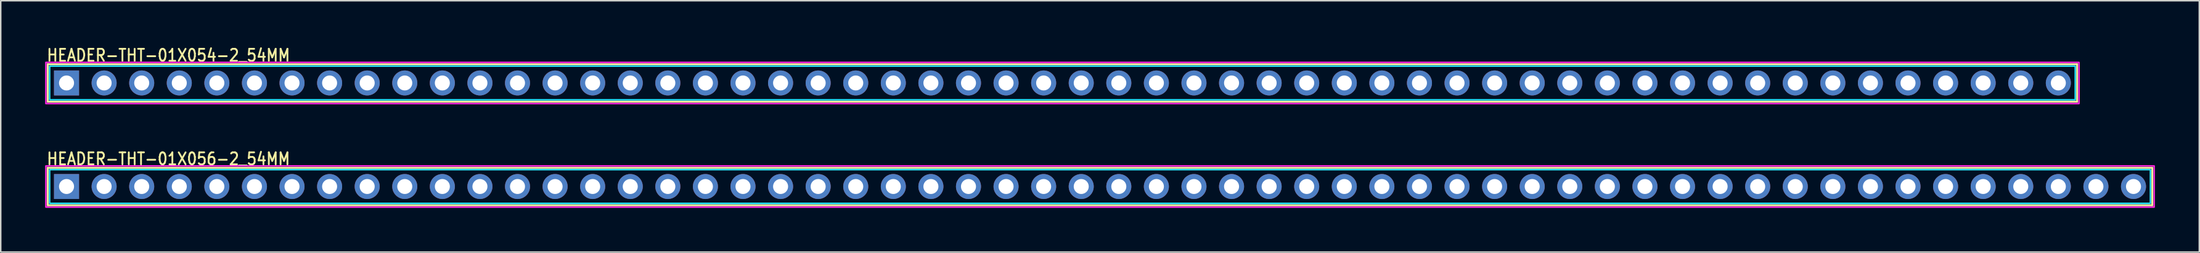
<source format=kicad_pcb>
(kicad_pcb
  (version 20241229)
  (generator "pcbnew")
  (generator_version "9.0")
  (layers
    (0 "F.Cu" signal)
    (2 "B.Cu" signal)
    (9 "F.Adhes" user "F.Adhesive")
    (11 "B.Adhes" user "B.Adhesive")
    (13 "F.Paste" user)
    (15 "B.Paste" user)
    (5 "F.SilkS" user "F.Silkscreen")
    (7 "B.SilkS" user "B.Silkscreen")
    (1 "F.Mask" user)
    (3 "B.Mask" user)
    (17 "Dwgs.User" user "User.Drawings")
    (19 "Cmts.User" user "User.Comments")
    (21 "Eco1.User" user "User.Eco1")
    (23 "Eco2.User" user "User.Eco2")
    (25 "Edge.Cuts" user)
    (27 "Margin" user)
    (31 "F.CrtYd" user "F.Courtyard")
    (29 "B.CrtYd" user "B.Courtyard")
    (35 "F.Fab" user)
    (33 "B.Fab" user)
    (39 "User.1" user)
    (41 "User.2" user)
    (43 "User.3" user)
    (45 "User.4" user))
  (footprint "HEADER-THT-01X056-2_54MM"
    (layer "F.Cu")
    (at 1.447 9.604)
    (property "Reference" "HEADER-THT-01X056-2_54MM" (at -1.4 -1.4 0) (unlocked yes) (layer "F.SilkS") (effects (font (size 0.813 0.695) (thickness 0.122)) (justify left bottom)))
    (fp_line (start -1.27 -1.27) (end -1.27 1.27) (stroke (width 0.127) (type solid)) (layer "F.SilkS"))
    (fp_line (start -1.27 1.27) (end 140.97 1.27) (stroke (width 0.127) (type solid)) (layer "F.SilkS"))
    (fp_line (start 140.97 -1.27) (end -1.27 -1.27) (stroke (width 0.127) (type solid)) (layer "F.SilkS"))
    (fp_line (start 140.97 1.27) (end 140.97 -1.27) (stroke (width 0.127) (type solid)) (layer "F.SilkS"))
    (fp_poly (pts (xy -1.143 -1.143) (xy 140.843 -1.143) (xy 140.843 1.143) (xy -1.143 1.143)) (stroke (width 0.1) (type solid)) (fill no) (layer "B.CrtYd"))
    (fp_poly (pts (xy -1.397 -1.397) (xy 141.097 -1.397) (xy 141.097 1.397) (xy -1.397 1.397)) (stroke (width 0.1) (type solid)) (fill no) (layer "F.CrtYd"))
    (pad "P$1" thru_hole rect (at 0 0) (size 1.693 1.693) (drill 1.016) (layers "*.Cu" "*.Mask"))
    (pad "P$2" thru_hole oval (at 2.54 0) (size 1.693 1.693) (drill 1.016) (layers "*.Cu" "*.Mask"))
    (pad "P$3" thru_hole oval (at 5.08 0) (size 1.693 1.693) (drill 1.016) (layers "*.Cu" "*.Mask"))
    (pad "P$4" thru_hole oval (at 7.62 0) (size 1.693 1.693) (drill 1.016) (layers "*.Cu" "*.Mask"))
    (pad "P$5" thru_hole oval (at 10.16 0) (size 1.693 1.693) (drill 1.016) (layers "*.Cu" "*.Mask"))
    (pad "P$6" thru_hole oval (at 12.7 0) (size 1.693 1.693) (drill 1.016) (layers "*.Cu" "*.Mask"))
    (pad "P$7" thru_hole oval (at 15.24 0) (size 1.693 1.693) (drill 1.016) (layers "*.Cu" "*.Mask"))
    (pad "P$8" thru_hole oval (at 17.78 0) (size 1.693 1.693) (drill 1.016) (layers "*.Cu" "*.Mask"))
    (pad "P$9" thru_hole oval (at 20.32 0) (size 1.693 1.693) (drill 1.016) (layers "*.Cu" "*.Mask"))
    (pad "P$10" thru_hole oval (at 22.86 0) (size 1.693 1.693) (drill 1.016) (layers "*.Cu" "*.Mask"))
    (pad "P$11" thru_hole oval (at 25.4 0) (size 1.693 1.693) (drill 1.016) (layers "*.Cu" "*.Mask"))
    (pad "P$12" thru_hole oval (at 27.94 0) (size 1.693 1.693) (drill 1.016) (layers "*.Cu" "*.Mask"))
    (pad "P$13" thru_hole oval (at 30.48 0) (size 1.693 1.693) (drill 1.016) (layers "*.Cu" "*.Mask"))
    (pad "P$14" thru_hole oval (at 33.02 0) (size 1.693 1.693) (drill 1.016) (layers "*.Cu" "*.Mask"))
    (pad "P$15" thru_hole oval (at 35.56 0) (size 1.693 1.693) (drill 1.016) (layers "*.Cu" "*.Mask"))
    (pad "P$16" thru_hole oval (at 38.1 0) (size 1.693 1.693) (drill 1.016) (layers "*.Cu" "*.Mask"))
    (pad "P$17" thru_hole oval (at 40.64 0) (size 1.693 1.693) (drill 1.016) (layers "*.Cu" "*.Mask"))
    (pad "P$18" thru_hole oval (at 43.18 0) (size 1.693 1.693) (drill 1.016) (layers "*.Cu" "*.Mask"))
    (pad "P$19" thru_hole oval (at 45.72 0) (size 1.693 1.693) (drill 1.016) (layers "*.Cu" "*.Mask"))
    (pad "P$20" thru_hole oval (at 48.26 0) (size 1.693 1.693) (drill 1.016) (layers "*.Cu" "*.Mask"))
    (pad "P$21" thru_hole oval (at 50.8 0) (size 1.693 1.693) (drill 1.016) (layers "*.Cu" "*.Mask"))
    (pad "P$22" thru_hole oval (at 53.34 0) (size 1.693 1.693) (drill 1.016) (layers "*.Cu" "*.Mask"))
    (pad "P$23" thru_hole oval (at 55.88 0) (size 1.693 1.693) (drill 1.016) (layers "*.Cu" "*.Mask"))
    (pad "P$24" thru_hole oval (at 58.42 0) (size 1.693 1.693) (drill 1.016) (layers "*.Cu" "*.Mask"))
    (pad "P$25" thru_hole oval (at 60.96 0) (size 1.693 1.693) (drill 1.016) (layers "*.Cu" "*.Mask"))
    (pad "P$26" thru_hole oval (at 63.5 0) (size 1.693 1.693) (drill 1.016) (layers "*.Cu" "*.Mask"))
    (pad "P$27" thru_hole oval (at 66.04 0) (size 1.693 1.693) (drill 1.016) (layers "*.Cu" "*.Mask"))
    (pad "P$28" thru_hole oval (at 68.58 0) (size 1.693 1.693) (drill 1.016) (layers "*.Cu" "*.Mask"))
    (pad "P$29" thru_hole oval (at 71.12 0) (size 1.693 1.693) (drill 1.016) (layers "*.Cu" "*.Mask"))
    (pad "P$30" thru_hole oval (at 73.66 0) (size 1.693 1.693) (drill 1.016) (layers "*.Cu" "*.Mask"))
    (pad "P$31" thru_hole oval (at 76.2 0) (size 1.693 1.693) (drill 1.016) (layers "*.Cu" "*.Mask"))
    (pad "P$32" thru_hole oval (at 78.74 0) (size 1.693 1.693) (drill 1.016) (layers "*.Cu" "*.Mask"))
    (pad "P$33" thru_hole oval (at 81.28 0) (size 1.693 1.693) (drill 1.016) (layers "*.Cu" "*.Mask"))
    (pad "P$34" thru_hole oval (at 83.82 0) (size 1.693 1.693) (drill 1.016) (layers "*.Cu" "*.Mask"))
    (pad "P$35" thru_hole oval (at 86.36 0) (size 1.693 1.693) (drill 1.016) (layers "*.Cu" "*.Mask"))
    (pad "P$36" thru_hole oval (at 88.9 0) (size 1.693 1.693) (drill 1.016) (layers "*.Cu" "*.Mask"))
    (pad "P$37" thru_hole oval (at 91.44 0) (size 1.693 1.693) (drill 1.016) (layers "*.Cu" "*.Mask"))
    (pad "P$38" thru_hole oval (at 93.98 0) (size 1.693 1.693) (drill 1.016) (layers "*.Cu" "*.Mask"))
    (pad "P$39" thru_hole oval (at 96.52 0) (size 1.693 1.693) (drill 1.016) (layers "*.Cu" "*.Mask"))
    (pad "P$40" thru_hole oval (at 99.06 0) (size 1.693 1.693) (drill 1.016) (layers "*.Cu" "*.Mask"))
    (pad "P$41" thru_hole oval (at 101.6 0) (size 1.693 1.693) (drill 1.016) (layers "*.Cu" "*.Mask"))
    (pad "P$42" thru_hole oval (at 104.14 0) (size 1.693 1.693) (drill 1.016) (layers "*.Cu" "*.Mask"))
    (pad "P$43" thru_hole oval (at 106.68 0) (size 1.693 1.693) (drill 1.016) (layers "*.Cu" "*.Mask"))
    (pad "P$44" thru_hole oval (at 109.22 0) (size 1.693 1.693) (drill 1.016) (layers "*.Cu" "*.Mask"))
    (pad "P$45" thru_hole oval (at 111.76 0) (size 1.693 1.693) (drill 1.016) (layers "*.Cu" "*.Mask"))
    (pad "P$46" thru_hole oval (at 114.3 0) (size 1.693 1.693) (drill 1.016) (layers "*.Cu" "*.Mask"))
    (pad "P$47" thru_hole oval (at 116.84 0) (size 1.693 1.693) (drill 1.016) (layers "*.Cu" "*.Mask"))
    (pad "P$48" thru_hole oval (at 119.38 0) (size 1.693 1.693) (drill 1.016) (layers "*.Cu" "*.Mask"))
    (pad "P$49" thru_hole oval (at 121.92 0) (size 1.693 1.693) (drill 1.016) (layers "*.Cu" "*.Mask"))
    (pad "P$50" thru_hole oval (at 124.46 0) (size 1.693 1.693) (drill 1.016) (layers "*.Cu" "*.Mask"))
    (pad "P$51" thru_hole oval (at 127 0) (size 1.693 1.693) (drill 1.016) (layers "*.Cu" "*.Mask"))
    (pad "P$52" thru_hole oval (at 129.54 0) (size 1.693 1.693) (drill 1.016) (layers "*.Cu" "*.Mask"))
    (pad "P$53" thru_hole oval (at 132.08 0) (size 1.693 1.693) (drill 1.016) (layers "*.Cu" "*.Mask"))
    (pad "P$54" thru_hole oval (at 134.62 0) (size 1.693 1.693) (drill 1.016) (layers "*.Cu" "*.Mask"))
    (pad "P$55" thru_hole oval (at 137.16 0) (size 1.693 1.693) (drill 1.016) (layers "*.Cu" "*.Mask"))
    (pad "P$56" thru_hole oval (at 139.7 0) (size 1.693 1.693) (drill 1.016) (layers "*.Cu" "*.Mask")))
  (footprint "HEADER-THT-01X054-2_54MM"
    (layer "F.Cu")
    (at 1.447 2.579)
    (property "Reference" "HEADER-THT-01X054-2_54MM" (at -1.4 -1.4 0) (unlocked yes) (layer "F.SilkS") (effects (font (size 0.813 0.695) (thickness 0.122)) (justify left bottom)))
    (fp_line (start -1.27 -1.27) (end -1.27 1.27) (stroke (width 0.127) (type solid)) (layer "F.SilkS"))
    (fp_line (start -1.27 1.27) (end 135.89 1.27) (stroke (width 0.127) (type solid)) (layer "F.SilkS"))
    (fp_line (start 135.89 -1.27) (end -1.27 -1.27) (stroke (width 0.127) (type solid)) (layer "F.SilkS"))
    (fp_line (start 135.89 1.27) (end 135.89 -1.27) (stroke (width 0.127) (type solid)) (layer "F.SilkS"))
    (fp_poly (pts (xy -1.143 -1.143) (xy 135.763 -1.143) (xy 135.763 1.143) (xy -1.143 1.143)) (stroke (width 0.1) (type solid)) (fill no) (layer "B.CrtYd"))
    (fp_poly (pts (xy -1.397 -1.397) (xy 136.017 -1.397) (xy 136.017 1.397) (xy -1.397 1.397)) (stroke (width 0.1) (type solid)) (fill no) (layer "F.CrtYd"))
    (pad "1" thru_hole rect (at 0 0) (size 1.693 1.693) (drill 1.016) (layers "*.Cu" "*.Mask"))
    (pad "2" thru_hole oval (at 2.54 0) (size 1.693 1.693) (drill 1.016) (layers "*.Cu" "*.Mask"))
    (pad "3" thru_hole oval (at 5.08 0) (size 1.693 1.693) (drill 1.016) (layers "*.Cu" "*.Mask"))
    (pad "4" thru_hole oval (at 7.62 0) (size 1.693 1.693) (drill 1.016) (layers "*.Cu" "*.Mask"))
    (pad "5" thru_hole oval (at 10.16 0) (size 1.693 1.693) (drill 1.016) (layers "*.Cu" "*.Mask"))
    (pad "6" thru_hole oval (at 12.7 0) (size 1.693 1.693) (drill 1.016) (layers "*.Cu" "*.Mask"))
    (pad "7" thru_hole oval (at 15.24 0) (size 1.693 1.693) (drill 1.016) (layers "*.Cu" "*.Mask"))
    (pad "8" thru_hole oval (at 17.78 0) (size 1.693 1.693) (drill 1.016) (layers "*.Cu" "*.Mask"))
    (pad "9" thru_hole oval (at 20.32 0) (size 1.693 1.693) (drill 1.016) (layers "*.Cu" "*.Mask"))
    (pad "10" thru_hole oval (at 22.86 0) (size 1.693 1.693) (drill 1.016) (layers "*.Cu" "*.Mask"))
    (pad "11" thru_hole oval (at 25.4 0) (size 1.693 1.693) (drill 1.016) (layers "*.Cu" "*.Mask"))
    (pad "12" thru_hole oval (at 27.94 0) (size 1.693 1.693) (drill 1.016) (layers "*.Cu" "*.Mask"))
    (pad "13" thru_hole oval (at 30.48 0) (size 1.693 1.693) (drill 1.016) (layers "*.Cu" "*.Mask"))
    (pad "14" thru_hole oval (at 33.02 0) (size 1.693 1.693) (drill 1.016) (layers "*.Cu" "*.Mask"))
    (pad "15" thru_hole oval (at 35.56 0) (size 1.693 1.693) (drill 1.016) (layers "*.Cu" "*.Mask"))
    (pad "16" thru_hole oval (at 38.1 0) (size 1.693 1.693) (drill 1.016) (layers "*.Cu" "*.Mask"))
    (pad "17" thru_hole oval (at 40.64 0) (size 1.693 1.693) (drill 1.016) (layers "*.Cu" "*.Mask"))
    (pad "18" thru_hole oval (at 43.18 0) (size 1.693 1.693) (drill 1.016) (layers "*.Cu" "*.Mask"))
    (pad "19" thru_hole oval (at 45.72 0) (size 1.693 1.693) (drill 1.016) (layers "*.Cu" "*.Mask"))
    (pad "20" thru_hole oval (at 48.26 0) (size 1.693 1.693) (drill 1.016) (layers "*.Cu" "*.Mask"))
    (pad "21" thru_hole oval (at 50.8 0) (size 1.693 1.693) (drill 1.016) (layers "*.Cu" "*.Mask"))
    (pad "22" thru_hole oval (at 53.34 0) (size 1.693 1.693) (drill 1.016) (layers "*.Cu" "*.Mask"))
    (pad "23" thru_hole oval (at 55.88 0) (size 1.693 1.693) (drill 1.016) (layers "*.Cu" "*.Mask"))
    (pad "24" thru_hole oval (at 58.42 0) (size 1.693 1.693) (drill 1.016) (layers "*.Cu" "*.Mask"))
    (pad "25" thru_hole oval (at 60.96 0) (size 1.693 1.693) (drill 1.016) (layers "*.Cu" "*.Mask"))
    (pad "26" thru_hole oval (at 63.5 0) (size 1.693 1.693) (drill 1.016) (layers "*.Cu" "*.Mask"))
    (pad "27" thru_hole oval (at 66.04 0) (size 1.693 1.693) (drill 1.016) (layers "*.Cu" "*.Mask"))
    (pad "28" thru_hole oval (at 68.58 0) (size 1.693 1.693) (drill 1.016) (layers "*.Cu" "*.Mask"))
    (pad "29" thru_hole oval (at 71.12 0) (size 1.693 1.693) (drill 1.016) (layers "*.Cu" "*.Mask"))
    (pad "30" thru_hole oval (at 73.66 0) (size 1.693 1.693) (drill 1.016) (layers "*.Cu" "*.Mask"))
    (pad "31" thru_hole oval (at 76.2 0) (size 1.693 1.693) (drill 1.016) (layers "*.Cu" "*.Mask"))
    (pad "32" thru_hole oval (at 78.74 0) (size 1.693 1.693) (drill 1.016) (layers "*.Cu" "*.Mask"))
    (pad "33" thru_hole oval (at 81.28 0) (size 1.693 1.693) (drill 1.016) (layers "*.Cu" "*.Mask"))
    (pad "34" thru_hole oval (at 83.82 0) (size 1.693 1.693) (drill 1.016) (layers "*.Cu" "*.Mask"))
    (pad "35" thru_hole oval (at 86.36 0) (size 1.693 1.693) (drill 1.016) (layers "*.Cu" "*.Mask"))
    (pad "36" thru_hole oval (at 88.9 0) (size 1.693 1.693) (drill 1.016) (layers "*.Cu" "*.Mask"))
    (pad "37" thru_hole oval (at 91.44 0) (size 1.693 1.693) (drill 1.016) (layers "*.Cu" "*.Mask"))
    (pad "38" thru_hole oval (at 93.98 0) (size 1.693 1.693) (drill 1.016) (layers "*.Cu" "*.Mask"))
    (pad "39" thru_hole oval (at 96.52 0) (size 1.693 1.693) (drill 1.016) (layers "*.Cu" "*.Mask"))
    (pad "40" thru_hole oval (at 99.06 0) (size 1.693 1.693) (drill 1.016) (layers "*.Cu" "*.Mask"))
    (pad "41" thru_hole oval (at 101.6 0) (size 1.693 1.693) (drill 1.016) (layers "*.Cu" "*.Mask"))
    (pad "42" thru_hole oval (at 104.14 0) (size 1.693 1.693) (drill 1.016) (layers "*.Cu" "*.Mask"))
    (pad "43" thru_hole oval (at 106.68 0) (size 1.693 1.693) (drill 1.016) (layers "*.Cu" "*.Mask"))
    (pad "44" thru_hole oval (at 109.22 0) (size 1.693 1.693) (drill 1.016) (layers "*.Cu" "*.Mask"))
    (pad "45" thru_hole oval (at 111.76 0) (size 1.693 1.693) (drill 1.016) (layers "*.Cu" "*.Mask"))
    (pad "46" thru_hole oval (at 114.3 0) (size 1.693 1.693) (drill 1.016) (layers "*.Cu" "*.Mask"))
    (pad "47" thru_hole oval (at 116.84 0) (size 1.693 1.693) (drill 1.016) (layers "*.Cu" "*.Mask"))
    (pad "48" thru_hole oval (at 119.38 0) (size 1.693 1.693) (drill 1.016) (layers "*.Cu" "*.Mask"))
    (pad "49" thru_hole oval (at 121.92 0) (size 1.693 1.693) (drill 1.016) (layers "*.Cu" "*.Mask"))
    (pad "50" thru_hole oval (at 124.46 0) (size 1.693 1.693) (drill 1.016) (layers "*.Cu" "*.Mask"))
    (pad "51" thru_hole oval (at 127 0) (size 1.693 1.693) (drill 1.016) (layers "*.Cu" "*.Mask"))
    (pad "52" thru_hole oval (at 129.54 0) (size 1.693 1.693) (drill 1.016) (layers "*.Cu" "*.Mask"))
    (pad "53" thru_hole oval (at 132.08 0) (size 1.693 1.693) (drill 1.016) (layers "*.Cu" "*.Mask"))
    (pad "54" thru_hole oval (at 134.62 0) (size 1.693 1.693) (drill 1.016) (layers "*.Cu" "*.Mask")))
  (gr_rect
    (start -3 -3)
    (end 145.594 14.051)
    (stroke (width 0.1) (type default))
    (fill no)
    (layer "Edge.Cuts")))
</source>
